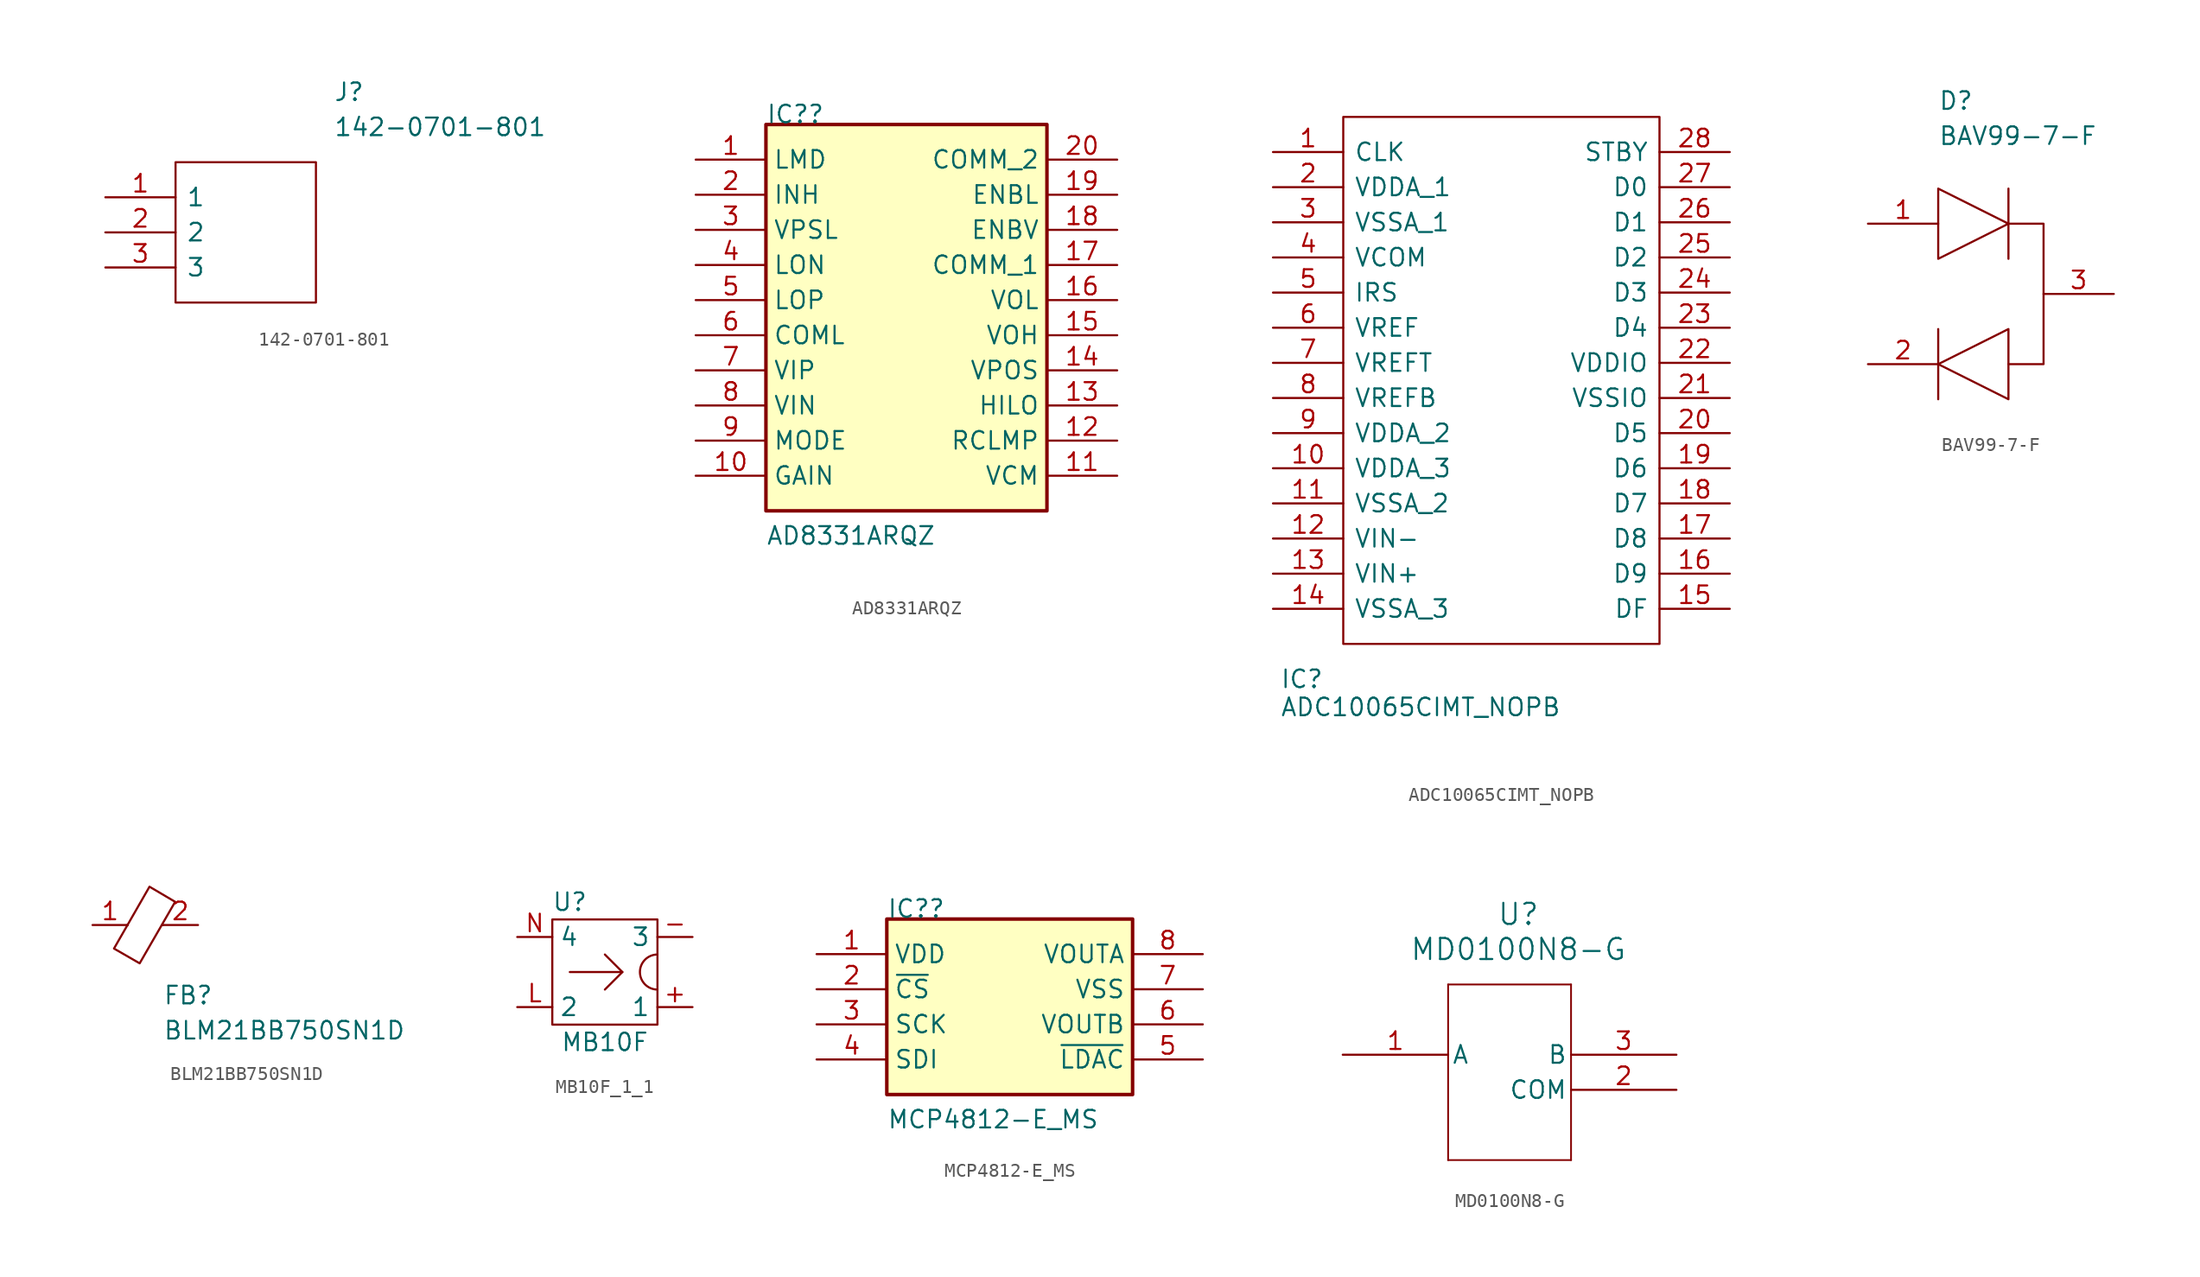
<source format=kicad_sym>
(kicad_symbol_lib
  (version 20220914)
  (generator kicad_symbol_editor)
  (symbol "142-0701-801"
    (pin_names
      (offset 0.762))
    (property "Reference" "J"
      (at 16.51 7.62 0)
      (effects (font (size 1.27 1.27)) (justify left)))
    (property "Value" "142-0701-801"
      (at 16.51 5.08 0)
      (effects (font (size 1.27 1.27)) (justify left)))
    (symbol "142-0701-801_0_0"
      (pin passive line (at 0 0 0) (length 5.08) (name "1" (effects (font (size 1.27 1.27)))) (number "1" (effects (font (size 1.27 1.27)))))
      (pin passive line (at 0 -2.54 0) (length 5.08) (name "2" (effects (font (size 1.27 1.27)))) (number "2" (effects (font (size 1.27 1.27)))))
      (pin passive line (at 0 -5.08 0) (length 5.08) (name "3" (effects (font (size 1.27 1.27)))) (number "3" (effects (font (size 1.27 1.27))))))
    (symbol "142-0701-801_0_1"
      (polyline (pts (xy 5.08 2.54) (xy 15.24 2.54) (xy 15.24 -7.62) (xy 5.08 -7.62) (xy 5.08 2.54)) (stroke (width 0.152) (type solid)) (fill (type none)))))
  (symbol "AD8331ARQZ"
    (property "Reference" "IC?"
      (at 5.08 2.54 0)
      (effects (font (size 1.27 1.27)) (justify left bottom)))
    (property "Value" "AD8331ARQZ"
      (at 5.08 -27.94 0)
      (effects (font (size 1.27 1.27)) (justify left bottom)))
    (symbol "AD8331ARQZ_1_0"
      (rectangle (start 25.4 2.54) (end 5.08 -25.4) (stroke (width 0.254) (type solid)) (fill (type background)))
      (pin passive line (at 0 0 0) (length 5.08) (name "LMD" (effects (font (size 1.27 1.27)))) (number "1" (effects (font (size 1.27 1.27)))))
      (pin passive line (at 0 -22.86 0) (length 5.08) (name "GAIN" (effects (font (size 1.27 1.27)))) (number "10" (effects (font (size 1.27 1.27)))))
      (pin passive line (at 30.48 -22.86 180) (length 5.08) (name "VCM" (effects (font (size 1.27 1.27)))) (number "11" (effects (font (size 1.27 1.27)))))
      (pin passive line (at 30.48 -20.32 180) (length 5.08) (name "RCLMP" (effects (font (size 1.27 1.27)))) (number "12" (effects (font (size 1.27 1.27)))))
      (pin passive line (at 30.48 -17.78 180) (length 5.08) (name "HILO" (effects (font (size 1.27 1.27)))) (number "13" (effects (font (size 1.27 1.27)))))
      (pin passive line (at 30.48 -15.24 180) (length 5.08) (name "VPOS" (effects (font (size 1.27 1.27)))) (number "14" (effects (font (size 1.27 1.27)))))
      (pin passive line (at 30.48 -12.7 180) (length 5.08) (name "VOH" (effects (font (size 1.27 1.27)))) (number "15" (effects (font (size 1.27 1.27)))))
      (pin passive line (at 30.48 -10.16 180) (length 5.08) (name "VOL" (effects (font (size 1.27 1.27)))) (number "16" (effects (font (size 1.27 1.27)))))
      (pin passive line (at 30.48 -7.62 180) (length 5.08) (name "COMM_1" (effects (font (size 1.27 1.27)))) (number "17" (effects (font (size 1.27 1.27)))))
      (pin passive line (at 30.48 -5.08 180) (length 5.08) (name "ENBV" (effects (font (size 1.27 1.27)))) (number "18" (effects (font (size 1.27 1.27)))))
      (pin passive line (at 30.48 -2.54 180) (length 5.08) (name "ENBL" (effects (font (size 1.27 1.27)))) (number "19" (effects (font (size 1.27 1.27)))))
      (pin passive line (at 0 -2.54 0) (length 5.08) (name "INH" (effects (font (size 1.27 1.27)))) (number "2" (effects (font (size 1.27 1.27)))))
      (pin passive line (at 30.48 0 180) (length 5.08) (name "COMM_2" (effects (font (size 1.27 1.27)))) (number "20" (effects (font (size 1.27 1.27)))))
      (pin passive line (at 0 -5.08 0) (length 5.08) (name "VPSL" (effects (font (size 1.27 1.27)))) (number "3" (effects (font (size 1.27 1.27)))))
      (pin passive line (at 0 -7.62 0) (length 5.08) (name "LON" (effects (font (size 1.27 1.27)))) (number "4" (effects (font (size 1.27 1.27)))))
      (pin passive line (at 0 -10.16 0) (length 5.08) (name "LOP" (effects (font (size 1.27 1.27)))) (number "5" (effects (font (size 1.27 1.27)))))
      (pin passive line (at 0 -12.7 0) (length 5.08) (name "COML" (effects (font (size 1.27 1.27)))) (number "6" (effects (font (size 1.27 1.27)))))
      (pin passive line (at 0 -15.24 0) (length 5.08) (name "VIP" (effects (font (size 1.27 1.27)))) (number "7" (effects (font (size 1.27 1.27)))))
      (pin passive line (at 0 -17.78 0) (length 5.08) (name "VIN" (effects (font (size 1.27 1.27)))) (number "8" (effects (font (size 1.27 1.27)))))
      (pin passive line (at 0 -20.32 0) (length 5.08) (name "MODE" (effects (font (size 1.27 1.27)))) (number "9" (effects (font (size 1.27 1.27)))))))
  (symbol "ADC10065CIMT_NOPB"
    (pin_names
      (offset 0.762))
    (property "Reference" "IC"
      (at 0.508 -38.1 0)
      (effects (font (size 1.27 1.27)) (justify left)))
    (property "Value" "ADC10065CIMT_NOPB"
      (at 0.508 -40.132 0)
      (effects (font (size 1.27 1.27)) (justify left)))
    (symbol "ADC10065CIMT_NOPB_0_0"
      (pin passive line (at 0 0 0) (length 5.08) (name "CLK" (effects (font (size 1.27 1.27)))) (number "1" (effects (font (size 1.27 1.27)))))
      (pin passive line (at 0 -22.86 0) (length 5.08) (name "VDDA_3" (effects (font (size 1.27 1.27)))) (number "10" (effects (font (size 1.27 1.27)))))
      (pin passive line (at 0 -25.4 0) (length 5.08) (name "VSSA_2" (effects (font (size 1.27 1.27)))) (number "11" (effects (font (size 1.27 1.27)))))
      (pin passive line (at 0 -27.94 0) (length 5.08) (name "VIN-" (effects (font (size 1.27 1.27)))) (number "12" (effects (font (size 1.27 1.27)))))
      (pin passive line (at 0 -30.48 0) (length 5.08) (name "VIN+" (effects (font (size 1.27 1.27)))) (number "13" (effects (font (size 1.27 1.27)))))
      (pin passive line (at 0 -33.02 0) (length 5.08) (name "VSSA_3" (effects (font (size 1.27 1.27)))) (number "14" (effects (font (size 1.27 1.27)))))
      (pin passive line (at 33.02 -33.02 180) (length 5.08) (name "DF" (effects (font (size 1.27 1.27)))) (number "15" (effects (font (size 1.27 1.27)))))
      (pin passive line (at 33.02 -30.48 180) (length 5.08) (name "D9" (effects (font (size 1.27 1.27)))) (number "16" (effects (font (size 1.27 1.27)))))
      (pin passive line (at 33.02 -27.94 180) (length 5.08) (name "D8" (effects (font (size 1.27 1.27)))) (number "17" (effects (font (size 1.27 1.27)))))
      (pin passive line (at 33.02 -25.4 180) (length 5.08) (name "D7" (effects (font (size 1.27 1.27)))) (number "18" (effects (font (size 1.27 1.27)))))
      (pin passive line (at 33.02 -22.86 180) (length 5.08) (name "D6" (effects (font (size 1.27 1.27)))) (number "19" (effects (font (size 1.27 1.27)))))
      (pin passive line (at 0 -2.54 0) (length 5.08) (name "VDDA_1" (effects (font (size 1.27 1.27)))) (number "2" (effects (font (size 1.27 1.27)))))
      (pin passive line (at 33.02 -20.32 180) (length 5.08) (name "D5" (effects (font (size 1.27 1.27)))) (number "20" (effects (font (size 1.27 1.27)))))
      (pin passive line (at 33.02 -17.78 180) (length 5.08) (name "VSSIO" (effects (font (size 1.27 1.27)))) (number "21" (effects (font (size 1.27 1.27)))))
      (pin passive line (at 33.02 -15.24 180) (length 5.08) (name "VDDIO" (effects (font (size 1.27 1.27)))) (number "22" (effects (font (size 1.27 1.27)))))
      (pin passive line (at 33.02 -12.7 180) (length 5.08) (name "D4" (effects (font (size 1.27 1.27)))) (number "23" (effects (font (size 1.27 1.27)))))
      (pin passive line (at 33.02 -10.16 180) (length 5.08) (name "D3" (effects (font (size 1.27 1.27)))) (number "24" (effects (font (size 1.27 1.27)))))
      (pin passive line (at 33.02 -7.62 180) (length 5.08) (name "D2" (effects (font (size 1.27 1.27)))) (number "25" (effects (font (size 1.27 1.27)))))
      (pin passive line (at 33.02 -5.08 180) (length 5.08) (name "D1" (effects (font (size 1.27 1.27)))) (number "26" (effects (font (size 1.27 1.27)))))
      (pin passive line (at 33.02 -2.54 180) (length 5.08) (name "D0" (effects (font (size 1.27 1.27)))) (number "27" (effects (font (size 1.27 1.27)))))
      (pin passive line (at 33.02 0 180) (length 5.08) (name "STBY" (effects (font (size 1.27 1.27)))) (number "28" (effects (font (size 1.27 1.27)))))
      (pin passive line (at 0 -5.08 0) (length 5.08) (name "VSSA_1" (effects (font (size 1.27 1.27)))) (number "3" (effects (font (size 1.27 1.27)))))
      (pin passive line (at 0 -7.62 0) (length 5.08) (name "VCOM" (effects (font (size 1.27 1.27)))) (number "4" (effects (font (size 1.27 1.27)))))
      (pin passive line (at 0 -10.16 0) (length 5.08) (name "IRS" (effects (font (size 1.27 1.27)))) (number "5" (effects (font (size 1.27 1.27)))))
      (pin passive line (at 0 -12.7 0) (length 5.08) (name "VREF" (effects (font (size 1.27 1.27)))) (number "6" (effects (font (size 1.27 1.27)))))
      (pin passive line (at 0 -15.24 0) (length 5.08) (name "VREFT" (effects (font (size 1.27 1.27)))) (number "7" (effects (font (size 1.27 1.27)))))
      (pin passive line (at 0 -17.78 0) (length 5.08) (name "VREFB" (effects (font (size 1.27 1.27)))) (number "8" (effects (font (size 1.27 1.27)))))
      (pin passive line (at 0 -20.32 0) (length 5.08) (name "VDDA_2" (effects (font (size 1.27 1.27)))) (number "9" (effects (font (size 1.27 1.27))))))
    (symbol "ADC10065CIMT_NOPB_0_1"
      (polyline (pts (xy 5.08 2.54) (xy 27.94 2.54) (xy 27.94 -35.56) (xy 5.08 -35.56) (xy 5.08 2.54)) (stroke (width 0.152) (type solid)) (fill (type none)))))
  (symbol "BAV99-7-F"
    (pin_names
      (offset 0.762))
    (property "Reference" "D"
      (at 5.08 8.89 0)
      (effects (font (size 1.27 1.27)) (justify left)))
    (property "Value" "BAV99-7-F"
      (at 5.08 6.35 0)
      (effects (font (size 1.27 1.27)) (justify left)))
    (symbol "BAV99-7-F_0_0"
      (pin passive line (at 0 0 0) (length 5.08) (name "~" (effects (font (size 1.27 1.27)))) (number "1" (effects (font (size 1.27 1.27)))))
      (pin passive line (at 0 -10.16 0) (length 5.08) (name "~" (effects (font (size 1.27 1.27)))) (number "2" (effects (font (size 1.27 1.27)))))
      (pin passive line (at 17.78 -5.08 180) (length 5.08) (name "~" (effects (font (size 1.27 1.27)))) (number "3" (effects (font (size 1.27 1.27))))))
    (symbol "BAV99-7-F_0_1"
      (polyline (pts (xy 5.08 -7.62) (xy 5.08 -12.7)) (stroke (width 0.152) (type solid)) (fill (type none)))
      (polyline (pts (xy 10.16 2.54) (xy 10.16 -2.54)) (stroke (width 0.152) (type solid)) (fill (type none)))
      (polyline (pts (xy 5.08 -10.16) (xy 10.16 -12.7) (xy 10.16 -7.62) (xy 5.08 -10.16)) (stroke (width 0.152) (type solid)) (fill (type none)))
      (polyline (pts (xy 10.16 0) (xy 5.08 -2.54) (xy 5.08 2.54) (xy 10.16 0)) (stroke (width 0.152) (type solid)) (fill (type none)))
      (polyline (pts (xy 10.16 0) (xy 12.7 0) (xy 12.7 -10.16) (xy 10.16 -10.16)) (stroke (width 0.152) (type solid)) (fill (type none)))))
  (symbol "BLM21BB750SN1D"
    (pin_names
      (offset 0.762))
    (property "Reference" "FB"
      (at 1.27 -5.08 0)
      (effects (font (size 1.27 1.27)) (justify left)))
    (property "Value" "BLM21BB750SN1D"
      (at 1.27 -7.62 0)
      (effects (font (size 1.27 1.27)) (justify left)))
    (symbol "BLM21BB750SN1D_0_1"
      (polyline (pts (xy -1.27 0) (xy -1.295 0)) (stroke (width 0) (type solid)) (fill (type none)))
      (polyline (pts (xy 1.27 0) (xy 1.219 0)) (stroke (width 0) (type solid)) (fill (type none)))
      (polyline (pts (xy -0.406 -2.769) (xy -2.261 -1.702) (xy 0.305 2.769) (xy 2.159 1.676) (xy -0.406 -2.769)) (stroke (width 0) (type solid)) (fill (type none))))
    (symbol "BLM21BB750SN1D_1_1"
      (pin passive line (at -3.81 0 0) (length 2.54) (name "~" (effects (font (size 1.27 1.27)))) (number "1" (effects (font (size 1.27 1.27)))))
      (pin passive line (at 3.81 0 180) (length 2.54) (name "~" (effects (font (size 1.27 1.27)))) (number "2" (effects (font (size 1.27 1.27)))))))
  (symbol "MB10F_1_1"
    (property "Reference" "U"
      (at -2.54 5.08 0)
      (effects (font (size 1.27 1.27))))
    (property "Value" "MB10F"
      (at 0 -5.08 0)
      (effects (font (size 1.27 1.27))))
    (symbol "MB10F_1_1_0_1"
      (rectangle (start -3.81 -3.81) (end 3.81 3.81) (stroke (width 0) (type default)) (fill (type none)))
      (polyline (pts (xy 1.27 0) (xy -2.54 0)) (stroke (width 0) (type default)) (fill (type none)))
      (polyline (pts (xy 0 1.27) (xy 1.27 0) (xy 0 -1.27)) (stroke (width 0) (type default)) (fill (type none)))
      (arc (start 3.81 1.27) (mid 2.5455 0) (end 3.81 -1.27) (stroke (width 0) (type default)) (fill (type none))))
    (symbol "MB10F_1_1_1_1"
      (pin input line (at 6.35 -2.54 180) (length 2.54) (name "1" (effects (font (size 1.27 1.27)))) (number "+" (effects (font (size 1.27 1.27)))))
      (pin input line (at 6.35 2.54 180) (length 2.54) (name "3" (effects (font (size 1.27 1.27)))) (number "-" (effects (font (size 1.27 1.27)))))
      (pin input line (at -6.35 -2.54 0) (length 2.54) (name "2" (effects (font (size 1.27 1.27)))) (number "L" (effects (font (size 1.27 1.27)))))
      (pin input line (at -6.35 2.54 0) (length 2.54) (name "4" (effects (font (size 1.27 1.27)))) (number "N" (effects (font (size 1.27 1.27)))))))
  (symbol "MCP4812-E_MS"
    (property "Reference" "IC?"
      (at 5.08 2.54 0)
      (effects (font (size 1.27 1.27)) (justify left bottom)))
    (property "Value" "MCP4812-E_MS"
      (at 5.08 -12.7 0)
      (effects (font (size 1.27 1.27)) (justify left bottom)))
    (symbol "MCP4812-E_MS_1_0"
      (rectangle (start 22.86 2.54) (end 5.08 -10.16) (stroke (width 0.254) (type solid)) (fill (type background)))
      (pin passive line (at 0 0 0) (length 5.08) (name "VDD" (effects (font (size 1.27 1.27)))) (number "1" (effects (font (size 1.27 1.27)))))
      (pin passive line (at 0 -2.54 0) (length 5.08) (name "~{CS}" (effects (font (size 1.27 1.27)))) (number "2" (effects (font (size 1.27 1.27)))))
      (pin passive line (at 0 -5.08 0) (length 5.08) (name "SCK" (effects (font (size 1.27 1.27)))) (number "3" (effects (font (size 1.27 1.27)))))
      (pin passive line (at 0 -7.62 0) (length 5.08) (name "SDI" (effects (font (size 1.27 1.27)))) (number "4" (effects (font (size 1.27 1.27)))))
      (pin passive line (at 27.94 -7.62 180) (length 5.08) (name "~{LDAC}" (effects (font (size 1.27 1.27)))) (number "5" (effects (font (size 1.27 1.27)))))
      (pin passive line (at 27.94 -5.08 180) (length 5.08) (name "VOUTB" (effects (font (size 1.27 1.27)))) (number "6" (effects (font (size 1.27 1.27)))))
      (pin passive line (at 27.94 -2.54 180) (length 5.08) (name "VSS" (effects (font (size 1.27 1.27)))) (number "7" (effects (font (size 1.27 1.27)))))
      (pin passive line (at 27.94 0 180) (length 5.08) (name "VOUTA" (effects (font (size 1.27 1.27)))) (number "8" (effects (font (size 1.27 1.27)))))))
  (symbol "MD0100N8-G"
    (pin_names
      (offset 0.254))
    (property "Reference" "U"
      (at 12.7 10.16 0)
      (effects (font (size 1.524 1.524))))
    (property "Value" "MD0100N8-G"
      (at 12.7 7.62 0)
      (effects (font (size 1.524 1.524))))
    (property "ki_locked" ""
      (at 0 0 0)
      (effects (font (size 1.27 1.27))))
    (symbol "MD0100N8-G_0_1"
      (polyline (pts (xy 7.62 -7.62) (xy 16.51 -7.62)) (stroke (width 0.127) (type default)) (fill (type none)))
      (polyline (pts (xy 7.62 5.08) (xy 7.62 -7.62)) (stroke (width 0.127) (type default)) (fill (type none)))
      (polyline (pts (xy 16.51 -7.62) (xy 16.51 5.08)) (stroke (width 0.127) (type default)) (fill (type none)))
      (polyline (pts (xy 16.51 5.08) (xy 7.62 5.08)) (stroke (width 0.127) (type default)) (fill (type none)))
      (pin unspecified line (at 0 0 0) (length 7.62) (name "A" (effects (font (size 1.27 1.27)))) (number "1" (effects (font (size 1.27 1.27)))))
      (pin unspecified line (at 24.13 -2.54 180) (length 7.62) (name "COM" (effects (font (size 1.27 1.27)))) (number "2" (effects (font (size 1.27 1.27)))))
      (pin unspecified line (at 24.13 0 180) (length 7.62) (name "B" (effects (font (size 1.27 1.27)))) (number "3" (effects (font (size 1.27 1.27))))))))
</source>
